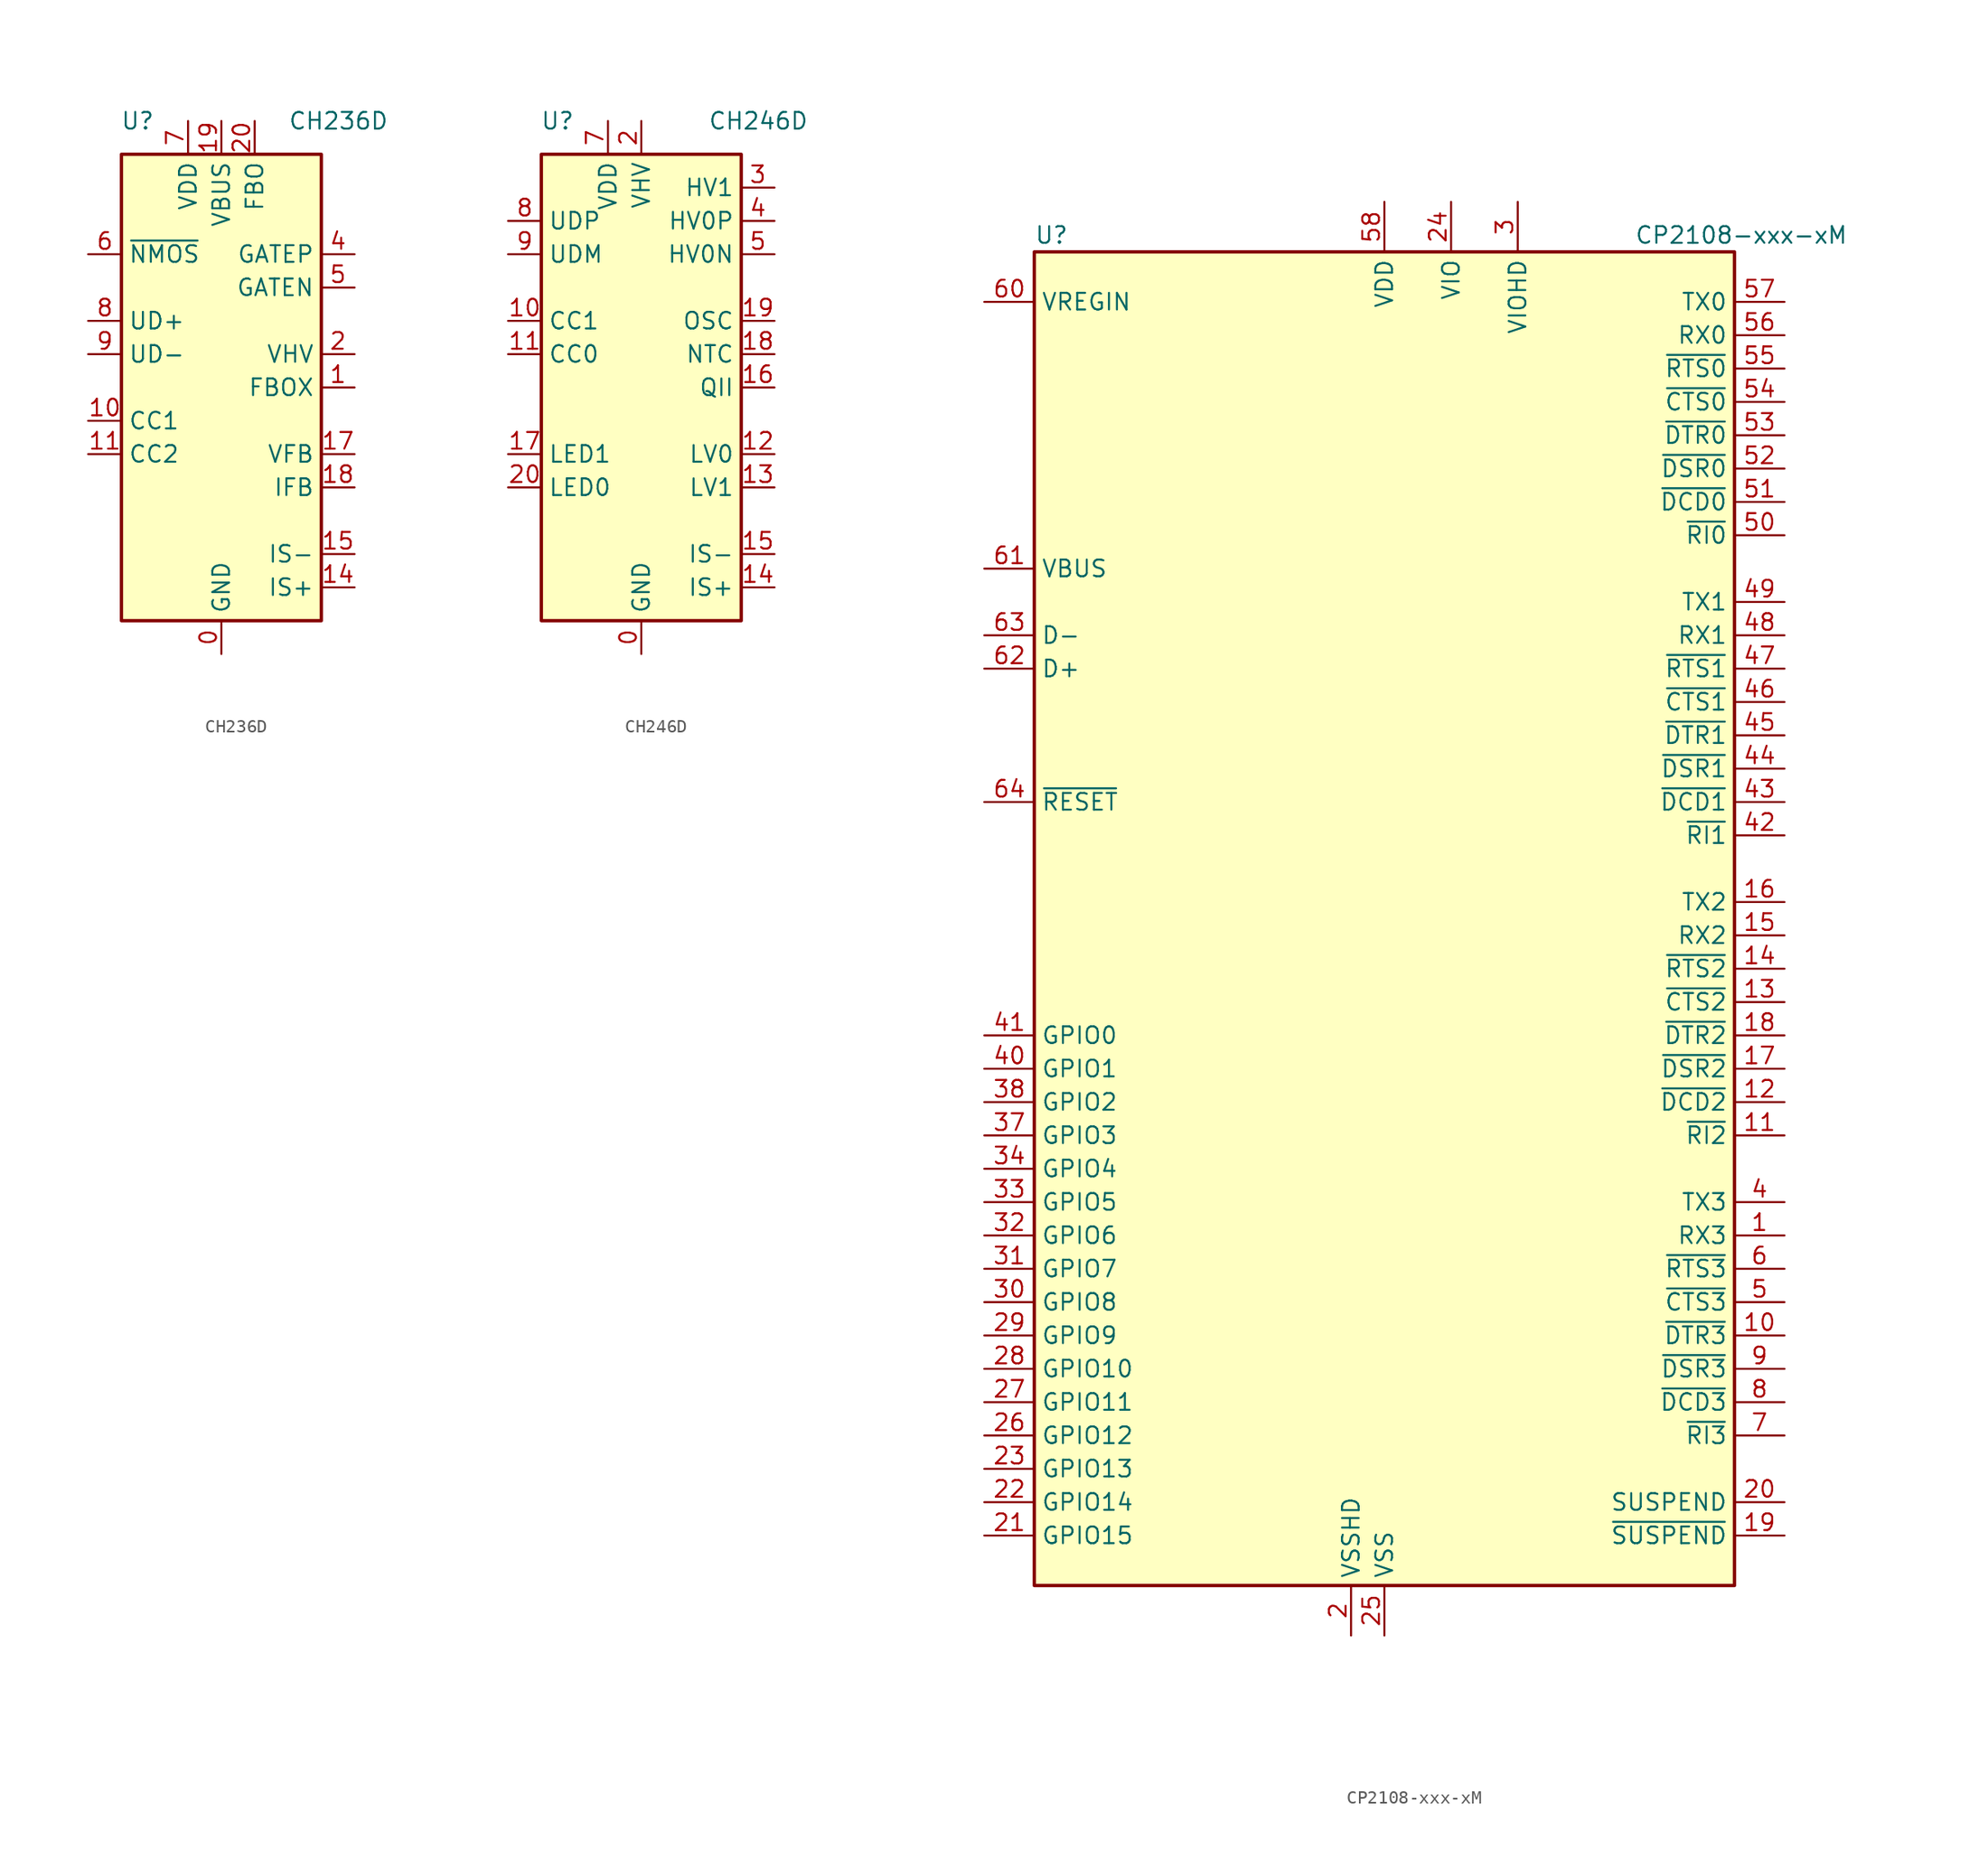
<source format=kicad_sym>
(kicad_symbol_lib
  (version 20231120)
  (generator "kicad_symbol_editor")
  (generator_version "8.0")
  (symbol "CH236D"
    (property "Reference" "U"
      (at -5.08 20.32 0)
      (effects (font (size 1.27 1.27)) (justify right)))
    (property "Value" "CH236D"
      (at 5.08 20.32 0)
      (effects (font (size 1.27 1.27)) (justify left)))
    (symbol "CH236D_0_1"
      (rectangle (start -7.62 17.78) (end 7.62 -17.78) (stroke (width 0.254) (type default)) (fill (type background))))
    (symbol "CH236D_1_1"
      (pin power_in line (at 0 -20.32 90) (length 2.54) (name "GND" (effects (font (size 1.27 1.27)))) (number "0" (effects (font (size 1.27 1.27)))))
      (pin passive line (at 10.16 0 180) (length 2.54) (name "FBOX" (effects (font (size 1.27 1.27)))) (number "1" (effects (font (size 1.27 1.27)))))
      (pin bidirectional line (at -10.16 -2.54 0) (length 2.54) (name "CC1" (effects (font (size 1.27 1.27)))) (number "10" (effects (font (size 1.27 1.27)))))
      (pin bidirectional line (at -10.16 -5.08 0) (length 2.54) (name "CC2" (effects (font (size 1.27 1.27)))) (number "11" (effects (font (size 1.27 1.27)))))
      (pin no_connect line (at -7.62 -10.16 0) (length 2.54) hide (name "NC" (effects (font (size 1.27 1.27)))) (number "12" (effects (font (size 1.27 1.27)))))
      (pin no_connect line (at -7.62 -12.7 0) (length 2.54) hide (name "NC" (effects (font (size 1.27 1.27)))) (number "13" (effects (font (size 1.27 1.27)))))
      (pin passive line (at 10.16 -15.24 180) (length 2.54) (name "IS+" (effects (font (size 1.27 1.27)))) (number "14" (effects (font (size 1.27 1.27)))))
      (pin passive line (at 10.16 -12.7 180) (length 2.54) (name "IS-" (effects (font (size 1.27 1.27)))) (number "15" (effects (font (size 1.27 1.27)))))
      (pin no_connect line (at -7.62 -15.24 0) (length 2.54) hide (name "NC" (effects (font (size 1.27 1.27)))) (number "16" (effects (font (size 1.27 1.27)))))
      (pin passive line (at 10.16 -5.08 180) (length 2.54) (name "VFB" (effects (font (size 1.27 1.27)))) (number "17" (effects (font (size 1.27 1.27)))))
      (pin passive line (at 10.16 -7.62 180) (length 2.54) (name "IFB" (effects (font (size 1.27 1.27)))) (number "18" (effects (font (size 1.27 1.27)))))
      (pin power_in line (at 0 20.32 270) (length 2.54) (name "VBUS" (effects (font (size 1.27 1.27)))) (number "19" (effects (font (size 1.27 1.27)))))
      (pin passive line (at 10.16 2.54 180) (length 2.54) (name "VHV" (effects (font (size 1.27 1.27)))) (number "2" (effects (font (size 1.27 1.27)))))
      (pin power_out line (at 2.54 20.32 270) (length 2.54) (name "FBO" (effects (font (size 1.27 1.27)))) (number "20" (effects (font (size 1.27 1.27)))))
      (pin no_connect line (at -7.62 -7.62 0) (length 2.54) hide (name "NC" (effects (font (size 1.27 1.27)))) (number "3" (effects (font (size 1.27 1.27)))))
      (pin output line (at 10.16 10.16 180) (length 2.54) (name "GATEP" (effects (font (size 1.27 1.27)))) (number "4" (effects (font (size 1.27 1.27)))))
      (pin output line (at 10.16 7.62 180) (length 2.54) (name "GATEN" (effects (font (size 1.27 1.27)))) (number "5" (effects (font (size 1.27 1.27)))))
      (pin input line (at -10.16 10.16 0) (length 2.54) (name "~{NMOS}" (effects (font (size 1.27 1.27)))) (number "6" (effects (font (size 1.27 1.27)))))
      (pin power_in line (at -2.54 20.32 270) (length 2.54) (name "VDD" (effects (font (size 1.27 1.27)))) (number "7" (effects (font (size 1.27 1.27)))))
      (pin bidirectional line (at -10.16 5.08 0) (length 2.54) (name "UD+" (effects (font (size 1.27 1.27)))) (number "8" (effects (font (size 1.27 1.27)))))
      (pin bidirectional line (at -10.16 2.54 0) (length 2.54) (name "UD-" (effects (font (size 1.27 1.27)))) (number "9" (effects (font (size 1.27 1.27)))))))
  (symbol "CH246D"
    (property "Reference" "U"
      (at -5.08 20.32 0)
      (effects (font (size 1.27 1.27)) (justify right)))
    (property "Value" "CH246D"
      (at 5.08 20.32 0)
      (effects (font (size 1.27 1.27)) (justify left)))
    (symbol "CH246D_0_1"
      (rectangle (start -7.62 17.78) (end 7.62 -17.78) (stroke (width 0.254) (type default)) (fill (type background))))
    (symbol "CH246D_1_1"
      (pin power_in line (at 0 -20.32 90) (length 2.54) (name "GND" (effects (font (size 1.27 1.27)))) (number "0" (effects (font (size 1.27 1.27)))))
      (pin no_connect line (at -7.62 -12.7 0) (length 2.54) hide (name "NC" (effects (font (size 1.27 1.27)))) (number "1" (effects (font (size 1.27 1.27)))))
      (pin bidirectional line (at -10.16 5.08 0) (length 2.54) (name "CC1" (effects (font (size 1.27 1.27)))) (number "10" (effects (font (size 1.27 1.27)))))
      (pin bidirectional line (at -10.16 2.54 0) (length 2.54) (name "CC0" (effects (font (size 1.27 1.27)))) (number "11" (effects (font (size 1.27 1.27)))))
      (pin output line (at 10.16 -5.08 180) (length 2.54) (name "LV0" (effects (font (size 1.27 1.27)))) (number "12" (effects (font (size 1.27 1.27)))))
      (pin output line (at 10.16 -7.62 180) (length 2.54) (name "LV1" (effects (font (size 1.27 1.27)))) (number "13" (effects (font (size 1.27 1.27)))))
      (pin passive line (at 10.16 -15.24 180) (length 2.54) (name "IS+" (effects (font (size 1.27 1.27)))) (number "14" (effects (font (size 1.27 1.27)))))
      (pin passive line (at 10.16 -12.7 180) (length 2.54) (name "IS-" (effects (font (size 1.27 1.27)))) (number "15" (effects (font (size 1.27 1.27)))))
      (pin input line (at 10.16 0 180) (length 2.54) (name "QII" (effects (font (size 1.27 1.27)))) (number "16" (effects (font (size 1.27 1.27)))))
      (pin open_emitter line (at -10.16 -5.08 0) (length 2.54) (name "LED1" (effects (font (size 1.27 1.27)))) (number "17" (effects (font (size 1.27 1.27)))))
      (pin input line (at 10.16 2.54 180) (length 2.54) (name "NTC" (effects (font (size 1.27 1.27)))) (number "18" (effects (font (size 1.27 1.27)))))
      (pin input line (at 10.16 5.08 180) (length 2.54) (name "OSC" (effects (font (size 1.27 1.27)))) (number "19" (effects (font (size 1.27 1.27)))))
      (pin power_in line (at 0 20.32 270) (length 2.54) (name "VHV" (effects (font (size 1.27 1.27)))) (number "2" (effects (font (size 1.27 1.27)))))
      (pin output line (at -10.16 -7.62 0) (length 2.54) (name "LED0" (effects (font (size 1.27 1.27)))) (number "20" (effects (font (size 1.27 1.27)))))
      (pin output line (at 10.16 15.24 180) (length 2.54) (name "HV1" (effects (font (size 1.27 1.27)))) (number "3" (effects (font (size 1.27 1.27)))))
      (pin output line (at 10.16 12.7 180) (length 2.54) (name "HV0P" (effects (font (size 1.27 1.27)))) (number "4" (effects (font (size 1.27 1.27)))))
      (pin output line (at 10.16 10.16 180) (length 2.54) (name "HV0N" (effects (font (size 1.27 1.27)))) (number "5" (effects (font (size 1.27 1.27)))))
      (pin no_connect line (at -7.62 -15.24 0) (length 2.54) hide (name "NC" (effects (font (size 1.27 1.27)))) (number "6" (effects (font (size 1.27 1.27)))))
      (pin power_in line (at -2.54 20.32 270) (length 2.54) (name "VDD" (effects (font (size 1.27 1.27)))) (number "7" (effects (font (size 1.27 1.27)))))
      (pin bidirectional line (at -10.16 12.7 0) (length 2.54) (name "UDP" (effects (font (size 1.27 1.27)))) (number "8" (effects (font (size 1.27 1.27)))))
      (pin bidirectional line (at -10.16 10.16 0) (length 2.54) (name "UDM" (effects (font (size 1.27 1.27)))) (number "9" (effects (font (size 1.27 1.27)))))))
  (symbol "CP2108-xxx-xM"
    (property "Reference" "U"
      (at -26.67 53.34 0)
      (effects (font (size 1.27 1.27)) (justify left)))
    (property "Value" "CP2108-xxx-xM"
      (at 19.05 53.34 0)
      (effects (font (size 1.27 1.27)) (justify left)))
    (symbol "CP2108-xxx-xM_0_1"
      (rectangle (start -26.67 -49.53) (end 26.67 52.07) (stroke (width 0.254) (type default)) (fill (type background))))
    (symbol "CP2108-xxx-xM_1_1"
      (pin input line (at 30.48 -22.86 180) (length 3.81) (name "RX3" (effects (font (size 1.27 1.27)))) (number "1" (effects (font (size 1.27 1.27)))))
      (pin output line (at 30.48 -30.48 180) (length 3.81) (name "~{DTR3}" (effects (font (size 1.27 1.27)))) (number "10" (effects (font (size 1.27 1.27)))))
      (pin input line (at 30.48 -15.24 180) (length 3.81) (name "~{RI2}" (effects (font (size 1.27 1.27)))) (number "11" (effects (font (size 1.27 1.27)))))
      (pin input line (at 30.48 -12.7 180) (length 3.81) (name "~{DCD2}" (effects (font (size 1.27 1.27)))) (number "12" (effects (font (size 1.27 1.27)))))
      (pin input line (at 30.48 -5.08 180) (length 3.81) (name "~{CTS2}" (effects (font (size 1.27 1.27)))) (number "13" (effects (font (size 1.27 1.27)))))
      (pin output line (at 30.48 -2.54 180) (length 3.81) (name "~{RTS2}" (effects (font (size 1.27 1.27)))) (number "14" (effects (font (size 1.27 1.27)))))
      (pin input line (at 30.48 0 180) (length 3.81) (name "RX2" (effects (font (size 1.27 1.27)))) (number "15" (effects (font (size 1.27 1.27)))))
      (pin output line (at 30.48 2.54 180) (length 3.81) (name "TX2" (effects (font (size 1.27 1.27)))) (number "16" (effects (font (size 1.27 1.27)))))
      (pin input line (at 30.48 -10.16 180) (length 3.81) (name "~{DSR2}" (effects (font (size 1.27 1.27)))) (number "17" (effects (font (size 1.27 1.27)))))
      (pin output line (at 30.48 -7.62 180) (length 3.81) (name "~{DTR2}" (effects (font (size 1.27 1.27)))) (number "18" (effects (font (size 1.27 1.27)))))
      (pin output line (at 30.48 -45.72 180) (length 3.81) (name "~{SUSPEND}" (effects (font (size 1.27 1.27)))) (number "19" (effects (font (size 1.27 1.27)))))
      (pin power_in line (at -2.54 -53.34 90) (length 3.81) (name "VSSHD" (effects (font (size 1.27 1.27)))) (number "2" (effects (font (size 1.27 1.27)))))
      (pin output line (at 30.48 -43.18 180) (length 3.81) (name "SUSPEND" (effects (font (size 1.27 1.27)))) (number "20" (effects (font (size 1.27 1.27)))))
      (pin bidirectional line (at -30.48 -45.72 0) (length 3.81) (name "GPIO15" (effects (font (size 1.27 1.27)))) (number "21" (effects (font (size 1.27 1.27)))) (alternate "CLK3" output line))
      (pin bidirectional line (at -30.48 -43.18 0) (length 3.81) (name "GPIO14" (effects (font (size 1.27 1.27)))) (number "22" (effects (font (size 1.27 1.27)))) (alternate "UART2_RS485" output line))
      (pin bidirectional line (at -30.48 -40.64 0) (length 3.81) (name "GPIO13" (effects (font (size 1.27 1.27)))) (number "23" (effects (font (size 1.27 1.27)))) (alternate "UART2_RX_TOGGLE" output line))
      (pin power_in line (at 5.08 55.88 270) (length 3.81) (name "VIO" (effects (font (size 1.27 1.27)))) (number "24" (effects (font (size 1.27 1.27)))))
      (pin power_in line (at 0 -53.34 90) (length 3.81) (name "VSS" (effects (font (size 1.27 1.27)))) (number "25" (effects (font (size 1.27 1.27)))))
      (pin bidirectional line (at -30.48 -38.1 0) (length 3.81) (name "GPIO12" (effects (font (size 1.27 1.27)))) (number "26" (effects (font (size 1.27 1.27)))) (alternate "UART3_TX_TOGGLE" output line))
      (pin bidirectional line (at -30.48 -35.56 0) (length 3.81) (name "GPIO11" (effects (font (size 1.27 1.27)))) (number "27" (effects (font (size 1.27 1.27)))) (alternate "CLK2" output line))
      (pin bidirectional line (at -30.48 -33.02 0) (length 3.81) (name "GPIO10" (effects (font (size 1.27 1.27)))) (number "28" (effects (font (size 1.27 1.27)))) (alternate "UART2_RS485" output line))
      (pin bidirectional line (at -30.48 -30.48 0) (length 3.81) (name "GPIO9" (effects (font (size 1.27 1.27)))) (number "29" (effects (font (size 1.27 1.27)))) (alternate "UART2_RX_TOGGLE" output line))
      (pin power_in line (at 10.16 55.88 270) (length 3.81) (name "VIOHD" (effects (font (size 1.27 1.27)))) (number "3" (effects (font (size 1.27 1.27)))))
      (pin bidirectional line (at -30.48 -27.94 0) (length 3.81) (name "GPIO8" (effects (font (size 1.27 1.27)))) (number "30" (effects (font (size 1.27 1.27)))) (alternate "UART2_TX_TOGGLE" output line))
      (pin bidirectional line (at -30.48 -25.4 0) (length 3.81) (name "GPIO7" (effects (font (size 1.27 1.27)))) (number "31" (effects (font (size 1.27 1.27)))) (alternate "CLK1" output line))
      (pin bidirectional line (at -30.48 -22.86 0) (length 3.81) (name "GPIO6" (effects (font (size 1.27 1.27)))) (number "32" (effects (font (size 1.27 1.27)))) (alternate "UART1_RS485" output line))
      (pin bidirectional line (at -30.48 -20.32 0) (length 3.81) (name "GPIO5" (effects (font (size 1.27 1.27)))) (number "33" (effects (font (size 1.27 1.27)))) (alternate "UART1_RX_TOGGLE" output line))
      (pin bidirectional line (at -30.48 -17.78 0) (length 3.81) (name "GPIO4" (effects (font (size 1.27 1.27)))) (number "34" (effects (font (size 1.27 1.27)))) (alternate "UART1_TX_TOGGLE" output line))
      (pin no_connect line (at -26.67 43.18 0) (length 3.81) hide (name "NC" (effects (font (size 1.27 1.27)))) (number "35" (effects (font (size 1.27 1.27)))))
      (pin no_connect line (at -26.67 40.64 0) (length 3.81) hide (name "NC" (effects (font (size 1.27 1.27)))) (number "36" (effects (font (size 1.27 1.27)))))
      (pin bidirectional line (at -30.48 -15.24 0) (length 3.81) (name "GPIO3" (effects (font (size 1.27 1.27)))) (number "37" (effects (font (size 1.27 1.27)))) (alternate "CLK0" output line))
      (pin bidirectional line (at -30.48 -12.7 0) (length 3.81) (name "GPIO2" (effects (font (size 1.27 1.27)))) (number "38" (effects (font (size 1.27 1.27)))) (alternate "UART0_RS485" output line))
      (pin passive line (at 5.08 55.88 270) (length 3.81) hide (name "VIO" (effects (font (size 1.27 1.27)))) (number "39" (effects (font (size 1.27 1.27)))))
      (pin output line (at 30.48 -20.32 180) (length 3.81) (name "TX3" (effects (font (size 1.27 1.27)))) (number "4" (effects (font (size 1.27 1.27)))))
      (pin bidirectional line (at -30.48 -10.16 0) (length 3.81) (name "GPIO1" (effects (font (size 1.27 1.27)))) (number "40" (effects (font (size 1.27 1.27)))) (alternate "UART0_RX_TOGGLE" output line))
      (pin bidirectional line (at -30.48 -7.62 0) (length 3.81) (name "GPIO0" (effects (font (size 1.27 1.27)))) (number "41" (effects (font (size 1.27 1.27)))) (alternate "UART0_TX_TOGGLE" output line))
      (pin input line (at 30.48 7.62 180) (length 3.81) (name "~{RI1}" (effects (font (size 1.27 1.27)))) (number "42" (effects (font (size 1.27 1.27)))))
      (pin input line (at 30.48 10.16 180) (length 3.81) (name "~{DCD1}" (effects (font (size 1.27 1.27)))) (number "43" (effects (font (size 1.27 1.27)))))
      (pin input line (at 30.48 12.7 180) (length 3.81) (name "~{DSR1}" (effects (font (size 1.27 1.27)))) (number "44" (effects (font (size 1.27 1.27)))))
      (pin output line (at 30.48 15.24 180) (length 3.81) (name "~{DTR1}" (effects (font (size 1.27 1.27)))) (number "45" (effects (font (size 1.27 1.27)))))
      (pin input line (at 30.48 17.78 180) (length 3.81) (name "~{CTS1}" (effects (font (size 1.27 1.27)))) (number "46" (effects (font (size 1.27 1.27)))))
      (pin output line (at 30.48 20.32 180) (length 3.81) (name "~{RTS1}" (effects (font (size 1.27 1.27)))) (number "47" (effects (font (size 1.27 1.27)))))
      (pin input line (at 30.48 22.86 180) (length 3.81) (name "RX1" (effects (font (size 1.27 1.27)))) (number "48" (effects (font (size 1.27 1.27)))))
      (pin output line (at 30.48 25.4 180) (length 3.81) (name "TX1" (effects (font (size 1.27 1.27)))) (number "49" (effects (font (size 1.27 1.27)))))
      (pin input line (at 30.48 -27.94 180) (length 3.81) (name "~{CTS3}" (effects (font (size 1.27 1.27)))) (number "5" (effects (font (size 1.27 1.27)))))
      (pin input line (at 30.48 30.48 180) (length 3.81) (name "~{RI0}" (effects (font (size 1.27 1.27)))) (number "50" (effects (font (size 1.27 1.27)))))
      (pin input line (at 30.48 33.02 180) (length 3.81) (name "~{DCD0}" (effects (font (size 1.27 1.27)))) (number "51" (effects (font (size 1.27 1.27)))))
      (pin input line (at 30.48 35.56 180) (length 3.81) (name "~{DSR0}" (effects (font (size 1.27 1.27)))) (number "52" (effects (font (size 1.27 1.27)))))
      (pin output line (at 30.48 38.1 180) (length 3.81) (name "~{DTR0}" (effects (font (size 1.27 1.27)))) (number "53" (effects (font (size 1.27 1.27)))))
      (pin input line (at 30.48 40.64 180) (length 3.81) (name "~{CTS0}" (effects (font (size 1.27 1.27)))) (number "54" (effects (font (size 1.27 1.27)))))
      (pin output line (at 30.48 43.18 180) (length 3.81) (name "~{RTS0}" (effects (font (size 1.27 1.27)))) (number "55" (effects (font (size 1.27 1.27)))))
      (pin input line (at 30.48 45.72 180) (length 3.81) (name "RX0" (effects (font (size 1.27 1.27)))) (number "56" (effects (font (size 1.27 1.27)))))
      (pin output line (at 30.48 48.26 180) (length 3.81) (name "TX0" (effects (font (size 1.27 1.27)))) (number "57" (effects (font (size 1.27 1.27)))))
      (pin power_in line (at 0 55.88 270) (length 3.81) (name "VDD" (effects (font (size 1.27 1.27)))) (number "58" (effects (font (size 1.27 1.27)))))
      (pin passive line (at 0 -53.34 90) (length 3.81) hide (name "VSS" (effects (font (size 1.27 1.27)))) (number "59" (effects (font (size 1.27 1.27)))))
      (pin output line (at 30.48 -25.4 180) (length 3.81) (name "~{RTS3}" (effects (font (size 1.27 1.27)))) (number "6" (effects (font (size 1.27 1.27)))))
      (pin power_in line (at -30.48 48.26 0) (length 3.81) (name "VREGIN" (effects (font (size 1.27 1.27)))) (number "60" (effects (font (size 1.27 1.27)))))
      (pin input line (at -30.48 27.94 0) (length 3.81) (name "VBUS" (effects (font (size 1.27 1.27)))) (number "61" (effects (font (size 1.27 1.27)))))
      (pin bidirectional line (at -30.48 20.32 0) (length 3.81) (name "D+" (effects (font (size 1.27 1.27)))) (number "62" (effects (font (size 1.27 1.27)))))
      (pin bidirectional line (at -30.48 22.86 0) (length 3.81) (name "D-" (effects (font (size 1.27 1.27)))) (number "63" (effects (font (size 1.27 1.27)))))
      (pin input line (at -30.48 10.16 0) (length 3.81) (name "~{RESET}" (effects (font (size 1.27 1.27)))) (number "64" (effects (font (size 1.27 1.27)))))
      (pin passive line (at 0 -53.34 90) (length 3.81) hide (name "VSS" (effects (font (size 1.27 1.27)))) (number "65" (effects (font (size 1.27 1.27)))))
      (pin input line (at 30.48 -38.1 180) (length 3.81) (name "~{RI3}" (effects (font (size 1.27 1.27)))) (number "7" (effects (font (size 1.27 1.27)))))
      (pin input line (at 30.48 -35.56 180) (length 3.81) (name "~{DCD3}" (effects (font (size 1.27 1.27)))) (number "8" (effects (font (size 1.27 1.27)))))
      (pin input line (at 30.48 -33.02 180) (length 3.81) (name "~{DSR3}" (effects (font (size 1.27 1.27)))) (number "9" (effects (font (size 1.27 1.27))))))))
</source>
